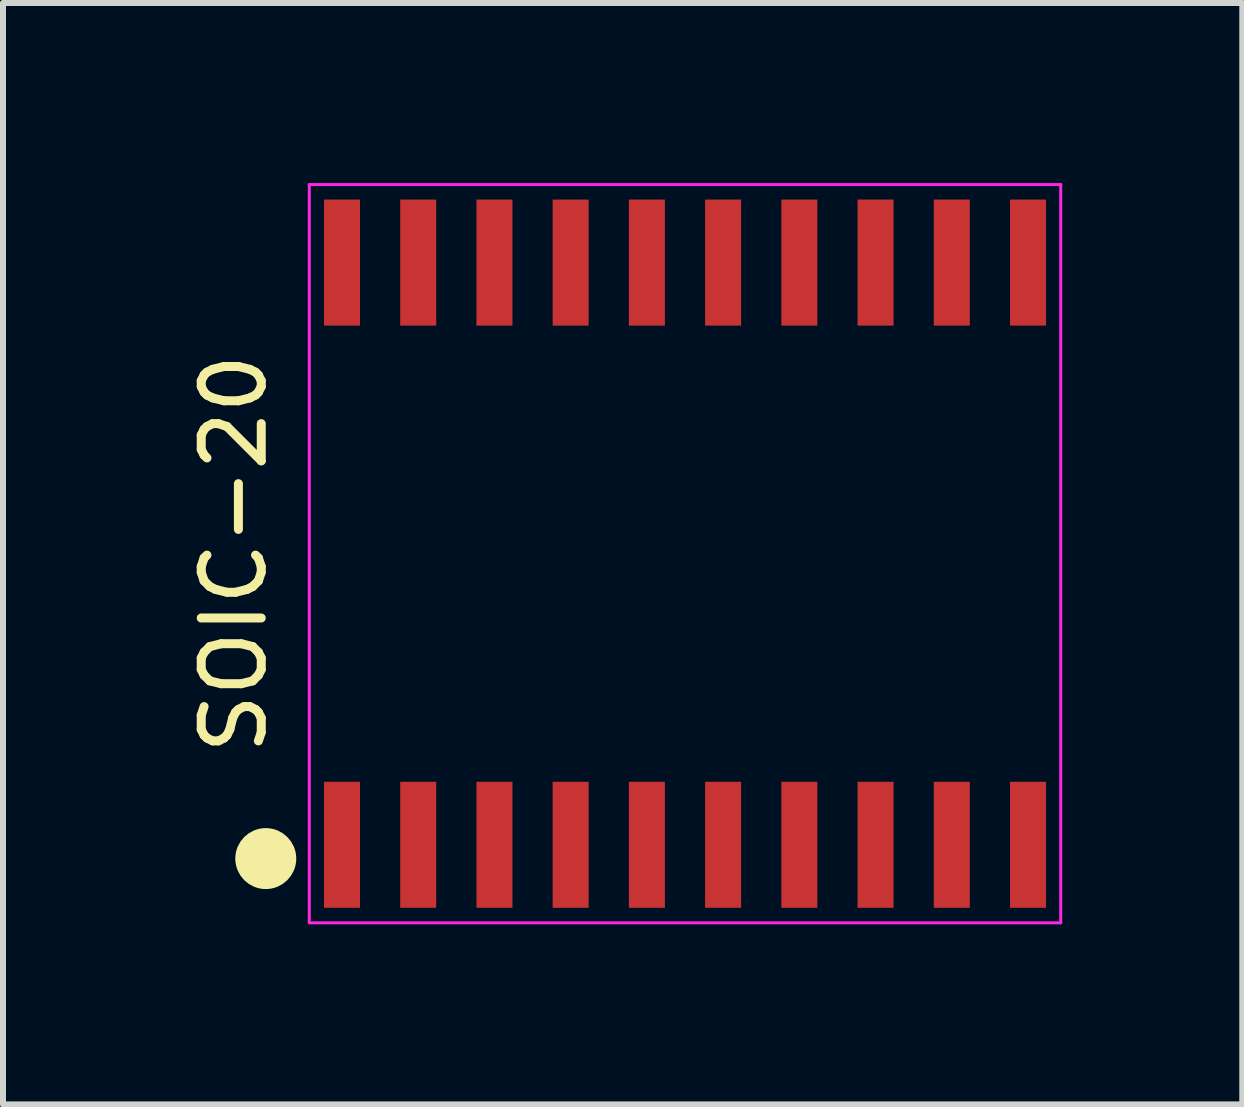
<source format=kicad_pcb>
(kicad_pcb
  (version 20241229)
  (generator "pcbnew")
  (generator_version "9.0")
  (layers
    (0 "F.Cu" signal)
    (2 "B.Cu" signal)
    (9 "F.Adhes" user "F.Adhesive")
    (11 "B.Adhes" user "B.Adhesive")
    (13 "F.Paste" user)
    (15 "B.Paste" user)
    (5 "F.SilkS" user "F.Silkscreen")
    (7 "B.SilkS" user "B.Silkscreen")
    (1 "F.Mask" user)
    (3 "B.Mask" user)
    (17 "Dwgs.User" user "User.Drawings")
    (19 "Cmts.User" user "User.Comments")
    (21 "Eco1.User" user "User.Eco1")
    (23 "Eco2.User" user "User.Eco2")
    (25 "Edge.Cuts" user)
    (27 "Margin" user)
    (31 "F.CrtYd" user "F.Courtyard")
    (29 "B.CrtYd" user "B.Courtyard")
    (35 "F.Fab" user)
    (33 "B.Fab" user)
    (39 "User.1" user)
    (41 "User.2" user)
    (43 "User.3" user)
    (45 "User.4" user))
  (footprint "SOIC-20"
    (layer "F.Cu")
    (at 8.363 6.175)
    (property "Reference" "SOIC-20" (at -7.515 0 90) (layer "F.SilkS") (effects (font (size 1 1) (thickness 0.15))))
    (attr through_hole)
    (fp_circle (center -6.985 5.08) (end -6.731 5.08) (stroke (width 0.508) (type solid)) (fill no) (layer "F.SilkS"))
    (fp_line (start -6.26 -6.15) (end 6.26 -6.15) (stroke (width 0.05) (type solid)) (layer "F.CrtYd"))
    (fp_line (start -6.26 6.15) (end -6.26 -6.15) (stroke (width 0.05) (type solid)) (layer "F.CrtYd"))
    (fp_line (start 6.26 -6.15) (end 6.26 6.15) (stroke (width 0.05) (type solid)) (layer "F.CrtYd"))
    (fp_line (start 6.26 6.15) (end -6.26 6.15) (stroke (width 0.05) (type solid)) (layer "F.CrtYd"))
    (pad "1" smd rect (at -5.715 4.85) (size 0.6 2.1) (layers "F.Cu" "F.Mask" "F.Paste"))
    (pad "2" smd rect (at -4.445 4.85) (size 0.6 2.1) (layers "F.Cu" "F.Mask" "F.Paste"))
    (pad "3" smd rect (at -3.175 4.85) (size 0.6 2.1) (layers "F.Cu" "F.Mask" "F.Paste"))
    (pad "4" smd rect (at -1.905 4.85) (size 0.6 2.1) (layers "F.Cu" "F.Mask" "F.Paste"))
    (pad "5" smd rect (at -0.635 4.85) (size 0.6 2.1) (layers "F.Cu" "F.Mask" "F.Paste"))
    (pad "6" smd rect (at 0.635 4.85) (size 0.6 2.1) (layers "F.Cu" "F.Mask" "F.Paste"))
    (pad "7" smd rect (at 1.905 4.85) (size 0.6 2.1) (layers "F.Cu" "F.Mask" "F.Paste"))
    (pad "8" smd rect (at 3.175 4.85) (size 0.6 2.1) (layers "F.Cu" "F.Mask" "F.Paste"))
    (pad "9" smd rect (at 4.445 4.85) (size 0.6 2.1) (layers "F.Cu" "F.Mask" "F.Paste"))
    (pad "10" smd rect (at 5.715 4.85) (size 0.6 2.1) (layers "F.Cu" "F.Mask" "F.Paste"))
    (pad "11" smd rect (at 5.715 -4.85) (size 0.6 2.1) (layers "F.Cu" "F.Mask" "F.Paste"))
    (pad "12" smd rect (at 4.445 -4.85) (size 0.6 2.1) (layers "F.Cu" "F.Mask" "F.Paste"))
    (pad "13" smd rect (at 3.175 -4.85) (size 0.6 2.1) (layers "F.Cu" "F.Mask" "F.Paste"))
    (pad "14" smd rect (at 1.905 -4.85) (size 0.6 2.1) (layers "F.Cu" "F.Mask" "F.Paste"))
    (pad "15" smd rect (at 0.635 -4.85) (size 0.6 2.1) (layers "F.Cu" "F.Mask" "F.Paste"))
    (pad "16" smd rect (at -0.635 -4.85) (size 0.6 2.1) (layers "F.Cu" "F.Mask" "F.Paste"))
    (pad "17" smd rect (at -1.905 -4.85) (size 0.6 2.1) (layers "F.Cu" "F.Mask" "F.Paste"))
    (pad "18" smd rect (at -3.175 -4.85) (size 0.6 2.1) (layers "F.Cu" "F.Mask" "F.Paste"))
    (pad "19" smd rect (at -4.445 -4.85) (size 0.6 2.1) (layers "F.Cu" "F.Mask" "F.Paste"))
    (pad "20" smd rect (at -5.715 -4.85) (size 0.6 2.1) (layers "F.Cu" "F.Mask" "F.Paste")))
  (gr_rect
    (start -3 -3)
    (end 17.648 15.35)
    (stroke (width 0.1) (type default))
    (fill no)
    (layer "Edge.Cuts")))
</source>
